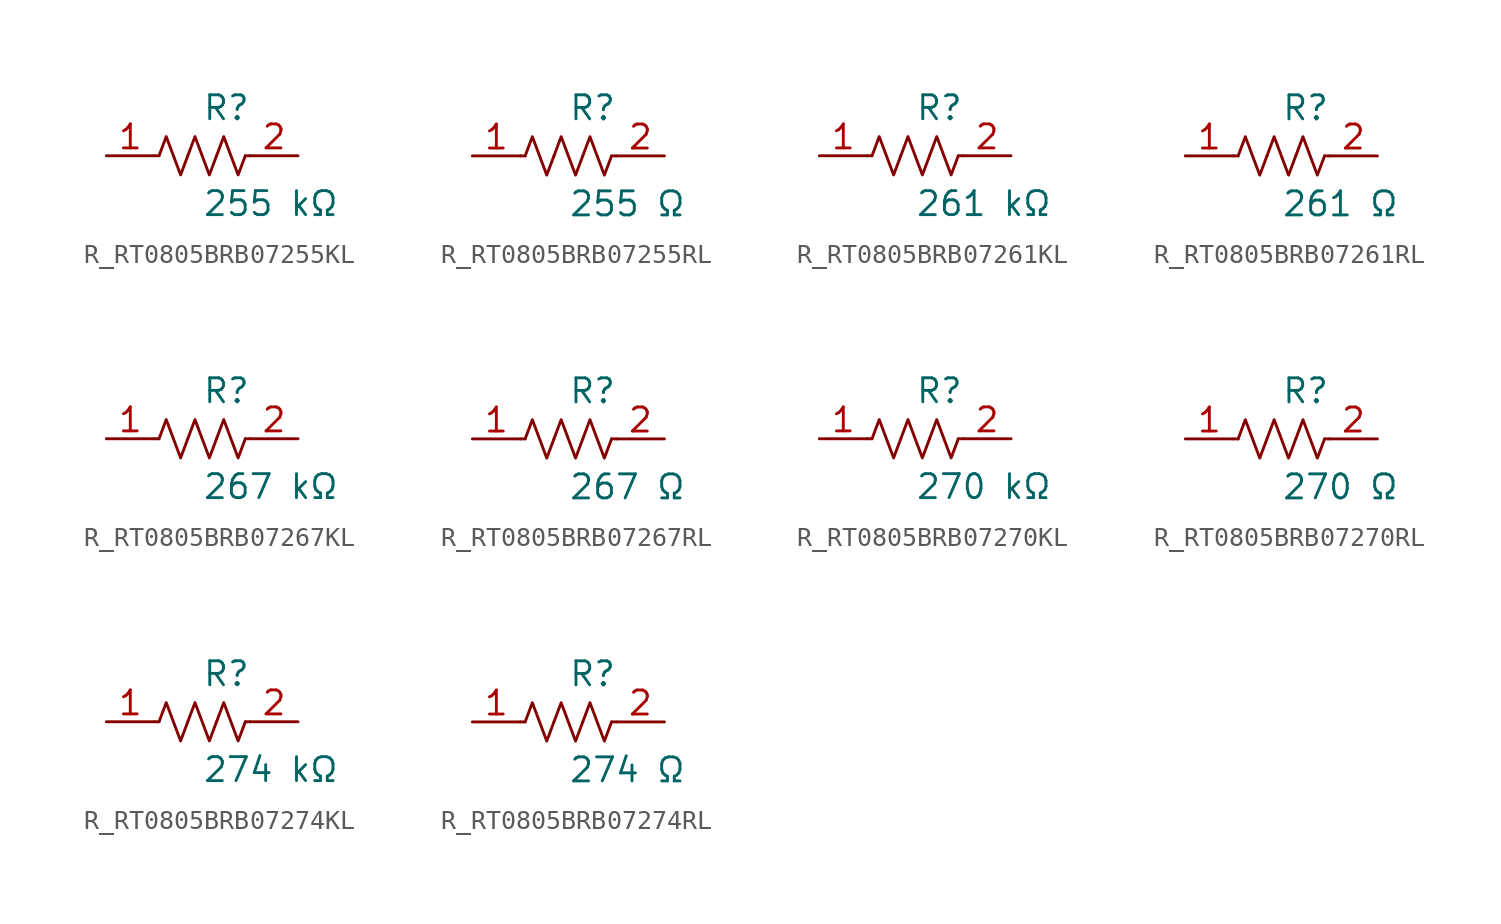
<source format=kicad_sym>
(kicad_symbol_lib
  (version 20231120)
  (generator kicad_symbol_editor)
  (generator_version 8.0)
  (symbol "R_RT0805BRB07255KL"
    (pin_names
      (offset 0.254))
    (property "Reference" "R"
      (at 0 2.54 0)
      (effects (font (size 1.27 1.27)) (justify left)))
    (property "Value" "255 kΩ"
      (at 0 -2.54 0)
      (effects (font (size 1.27 1.27)) (justify left)))
    (symbol "R_RT0805BRB07255KL_0_1"
      (polyline (pts (xy 2.286 0) (xy 2.54 0)) (stroke (width 0) (type default)) (fill (type none)))
      (polyline (pts (xy -2.286 0) (xy -2.54 0)) (stroke (width 0) (type default)) (fill (type none)))
      (polyline (pts (xy 0.762 0) (xy 1.143 1.016) (xy 1.524 0) (xy 1.905 -1.016) (xy 2.286 0)) (stroke (width 0) (type default)) (fill (type none)))
      (polyline (pts (xy -0.762 0) (xy -0.381 1.016) (xy 0 0) (xy 0.381 -1.016) (xy 0.762 0)) (stroke (width 0) (type default)) (fill (type none)))
      (polyline (pts (xy -2.286 0) (xy -1.905 1.016) (xy -1.524 0) (xy -1.143 -1.016) (xy -0.762 0)) (stroke (width 0) (type default)) (fill (type none))))
    (pin unspecified line
      (at -5.08 0 0)
      (length 2.54)
      (name "" (effects (font (size 1.27 1.27))))
      (number "1" (effects (font (size 1.27 1.27)))))
    (pin unspecified line
      (at 5.08 0 180)
      (length 2.54)
      (name "" (effects (font (size 1.27 1.27))))
      (number "2" (effects (font (size 1.27 1.27))))))
  (symbol "R_RT0805BRB07255RL"
    (pin_names
      (offset 0.254))
    (property "Reference" "R"
      (at 0 2.54 0)
      (effects (font (size 1.27 1.27)) (justify left)))
    (property "Value" "255 Ω"
      (at 0 -2.54 0)
      (effects (font (size 1.27 1.27)) (justify left)))
    (symbol "R_RT0805BRB07255RL_0_1"
      (polyline (pts (xy 2.286 0) (xy 2.54 0)) (stroke (width 0) (type default)) (fill (type none)))
      (polyline (pts (xy -2.286 0) (xy -2.54 0)) (stroke (width 0) (type default)) (fill (type none)))
      (polyline (pts (xy 0.762 0) (xy 1.143 1.016) (xy 1.524 0) (xy 1.905 -1.016) (xy 2.286 0)) (stroke (width 0) (type default)) (fill (type none)))
      (polyline (pts (xy -0.762 0) (xy -0.381 1.016) (xy 0 0) (xy 0.381 -1.016) (xy 0.762 0)) (stroke (width 0) (type default)) (fill (type none)))
      (polyline (pts (xy -2.286 0) (xy -1.905 1.016) (xy -1.524 0) (xy -1.143 -1.016) (xy -0.762 0)) (stroke (width 0) (type default)) (fill (type none))))
    (pin unspecified line
      (at -5.08 0 0)
      (length 2.54)
      (name "" (effects (font (size 1.27 1.27))))
      (number "1" (effects (font (size 1.27 1.27)))))
    (pin unspecified line
      (at 5.08 0 180)
      (length 2.54)
      (name "" (effects (font (size 1.27 1.27))))
      (number "2" (effects (font (size 1.27 1.27))))))
  (symbol "R_RT0805BRB07261KL"
    (pin_names
      (offset 0.254))
    (property "Reference" "R"
      (at 0 2.54 0)
      (effects (font (size 1.27 1.27)) (justify left)))
    (property "Value" "261 kΩ"
      (at 0 -2.54 0)
      (effects (font (size 1.27 1.27)) (justify left)))
    (symbol "R_RT0805BRB07261KL_0_1"
      (polyline (pts (xy 2.286 0) (xy 2.54 0)) (stroke (width 0) (type default)) (fill (type none)))
      (polyline (pts (xy -2.286 0) (xy -2.54 0)) (stroke (width 0) (type default)) (fill (type none)))
      (polyline (pts (xy 0.762 0) (xy 1.143 1.016) (xy 1.524 0) (xy 1.905 -1.016) (xy 2.286 0)) (stroke (width 0) (type default)) (fill (type none)))
      (polyline (pts (xy -0.762 0) (xy -0.381 1.016) (xy 0 0) (xy 0.381 -1.016) (xy 0.762 0)) (stroke (width 0) (type default)) (fill (type none)))
      (polyline (pts (xy -2.286 0) (xy -1.905 1.016) (xy -1.524 0) (xy -1.143 -1.016) (xy -0.762 0)) (stroke (width 0) (type default)) (fill (type none))))
    (pin unspecified line
      (at -5.08 0 0)
      (length 2.54)
      (name "" (effects (font (size 1.27 1.27))))
      (number "1" (effects (font (size 1.27 1.27)))))
    (pin unspecified line
      (at 5.08 0 180)
      (length 2.54)
      (name "" (effects (font (size 1.27 1.27))))
      (number "2" (effects (font (size 1.27 1.27))))))
  (symbol "R_RT0805BRB07261RL"
    (pin_names
      (offset 0.254))
    (property "Reference" "R"
      (at 0 2.54 0)
      (effects (font (size 1.27 1.27)) (justify left)))
    (property "Value" "261 Ω"
      (at 0 -2.54 0)
      (effects (font (size 1.27 1.27)) (justify left)))
    (symbol "R_RT0805BRB07261RL_0_1"
      (polyline (pts (xy 2.286 0) (xy 2.54 0)) (stroke (width 0) (type default)) (fill (type none)))
      (polyline (pts (xy -2.286 0) (xy -2.54 0)) (stroke (width 0) (type default)) (fill (type none)))
      (polyline (pts (xy 0.762 0) (xy 1.143 1.016) (xy 1.524 0) (xy 1.905 -1.016) (xy 2.286 0)) (stroke (width 0) (type default)) (fill (type none)))
      (polyline (pts (xy -0.762 0) (xy -0.381 1.016) (xy 0 0) (xy 0.381 -1.016) (xy 0.762 0)) (stroke (width 0) (type default)) (fill (type none)))
      (polyline (pts (xy -2.286 0) (xy -1.905 1.016) (xy -1.524 0) (xy -1.143 -1.016) (xy -0.762 0)) (stroke (width 0) (type default)) (fill (type none))))
    (pin unspecified line
      (at -5.08 0 0)
      (length 2.54)
      (name "" (effects (font (size 1.27 1.27))))
      (number "1" (effects (font (size 1.27 1.27)))))
    (pin unspecified line
      (at 5.08 0 180)
      (length 2.54)
      (name "" (effects (font (size 1.27 1.27))))
      (number "2" (effects (font (size 1.27 1.27))))))
  (symbol "R_RT0805BRB07267KL"
    (pin_names
      (offset 0.254))
    (property "Reference" "R"
      (at 0 2.54 0)
      (effects (font (size 1.27 1.27)) (justify left)))
    (property "Value" "267 kΩ"
      (at 0 -2.54 0)
      (effects (font (size 1.27 1.27)) (justify left)))
    (symbol "R_RT0805BRB07267KL_0_1"
      (polyline (pts (xy 2.286 0) (xy 2.54 0)) (stroke (width 0) (type default)) (fill (type none)))
      (polyline (pts (xy -2.286 0) (xy -2.54 0)) (stroke (width 0) (type default)) (fill (type none)))
      (polyline (pts (xy 0.762 0) (xy 1.143 1.016) (xy 1.524 0) (xy 1.905 -1.016) (xy 2.286 0)) (stroke (width 0) (type default)) (fill (type none)))
      (polyline (pts (xy -0.762 0) (xy -0.381 1.016) (xy 0 0) (xy 0.381 -1.016) (xy 0.762 0)) (stroke (width 0) (type default)) (fill (type none)))
      (polyline (pts (xy -2.286 0) (xy -1.905 1.016) (xy -1.524 0) (xy -1.143 -1.016) (xy -0.762 0)) (stroke (width 0) (type default)) (fill (type none))))
    (pin unspecified line
      (at -5.08 0 0)
      (length 2.54)
      (name "" (effects (font (size 1.27 1.27))))
      (number "1" (effects (font (size 1.27 1.27)))))
    (pin unspecified line
      (at 5.08 0 180)
      (length 2.54)
      (name "" (effects (font (size 1.27 1.27))))
      (number "2" (effects (font (size 1.27 1.27))))))
  (symbol "R_RT0805BRB07267RL"
    (pin_names
      (offset 0.254))
    (property "Reference" "R"
      (at 0 2.54 0)
      (effects (font (size 1.27 1.27)) (justify left)))
    (property "Value" "267 Ω"
      (at 0 -2.54 0)
      (effects (font (size 1.27 1.27)) (justify left)))
    (symbol "R_RT0805BRB07267RL_0_1"
      (polyline (pts (xy 2.286 0) (xy 2.54 0)) (stroke (width 0) (type default)) (fill (type none)))
      (polyline (pts (xy -2.286 0) (xy -2.54 0)) (stroke (width 0) (type default)) (fill (type none)))
      (polyline (pts (xy 0.762 0) (xy 1.143 1.016) (xy 1.524 0) (xy 1.905 -1.016) (xy 2.286 0)) (stroke (width 0) (type default)) (fill (type none)))
      (polyline (pts (xy -0.762 0) (xy -0.381 1.016) (xy 0 0) (xy 0.381 -1.016) (xy 0.762 0)) (stroke (width 0) (type default)) (fill (type none)))
      (polyline (pts (xy -2.286 0) (xy -1.905 1.016) (xy -1.524 0) (xy -1.143 -1.016) (xy -0.762 0)) (stroke (width 0) (type default)) (fill (type none))))
    (pin unspecified line
      (at -5.08 0 0)
      (length 2.54)
      (name "" (effects (font (size 1.27 1.27))))
      (number "1" (effects (font (size 1.27 1.27)))))
    (pin unspecified line
      (at 5.08 0 180)
      (length 2.54)
      (name "" (effects (font (size 1.27 1.27))))
      (number "2" (effects (font (size 1.27 1.27))))))
  (symbol "R_RT0805BRB07270KL"
    (pin_names
      (offset 0.254))
    (property "Reference" "R"
      (at 0 2.54 0)
      (effects (font (size 1.27 1.27)) (justify left)))
    (property "Value" "270 kΩ"
      (at 0 -2.54 0)
      (effects (font (size 1.27 1.27)) (justify left)))
    (symbol "R_RT0805BRB07270KL_0_1"
      (polyline (pts (xy 2.286 0) (xy 2.54 0)) (stroke (width 0) (type default)) (fill (type none)))
      (polyline (pts (xy -2.286 0) (xy -2.54 0)) (stroke (width 0) (type default)) (fill (type none)))
      (polyline (pts (xy 0.762 0) (xy 1.143 1.016) (xy 1.524 0) (xy 1.905 -1.016) (xy 2.286 0)) (stroke (width 0) (type default)) (fill (type none)))
      (polyline (pts (xy -0.762 0) (xy -0.381 1.016) (xy 0 0) (xy 0.381 -1.016) (xy 0.762 0)) (stroke (width 0) (type default)) (fill (type none)))
      (polyline (pts (xy -2.286 0) (xy -1.905 1.016) (xy -1.524 0) (xy -1.143 -1.016) (xy -0.762 0)) (stroke (width 0) (type default)) (fill (type none))))
    (pin unspecified line
      (at -5.08 0 0)
      (length 2.54)
      (name "" (effects (font (size 1.27 1.27))))
      (number "1" (effects (font (size 1.27 1.27)))))
    (pin unspecified line
      (at 5.08 0 180)
      (length 2.54)
      (name "" (effects (font (size 1.27 1.27))))
      (number "2" (effects (font (size 1.27 1.27))))))
  (symbol "R_RT0805BRB07270RL"
    (pin_names
      (offset 0.254))
    (property "Reference" "R"
      (at 0 2.54 0)
      (effects (font (size 1.27 1.27)) (justify left)))
    (property "Value" "270 Ω"
      (at 0 -2.54 0)
      (effects (font (size 1.27 1.27)) (justify left)))
    (symbol "R_RT0805BRB07270RL_0_1"
      (polyline (pts (xy 2.286 0) (xy 2.54 0)) (stroke (width 0) (type default)) (fill (type none)))
      (polyline (pts (xy -2.286 0) (xy -2.54 0)) (stroke (width 0) (type default)) (fill (type none)))
      (polyline (pts (xy 0.762 0) (xy 1.143 1.016) (xy 1.524 0) (xy 1.905 -1.016) (xy 2.286 0)) (stroke (width 0) (type default)) (fill (type none)))
      (polyline (pts (xy -0.762 0) (xy -0.381 1.016) (xy 0 0) (xy 0.381 -1.016) (xy 0.762 0)) (stroke (width 0) (type default)) (fill (type none)))
      (polyline (pts (xy -2.286 0) (xy -1.905 1.016) (xy -1.524 0) (xy -1.143 -1.016) (xy -0.762 0)) (stroke (width 0) (type default)) (fill (type none))))
    (pin unspecified line
      (at -5.08 0 0)
      (length 2.54)
      (name "" (effects (font (size 1.27 1.27))))
      (number "1" (effects (font (size 1.27 1.27)))))
    (pin unspecified line
      (at 5.08 0 180)
      (length 2.54)
      (name "" (effects (font (size 1.27 1.27))))
      (number "2" (effects (font (size 1.27 1.27))))))
  (symbol "R_RT0805BRB07274KL"
    (pin_names
      (offset 0.254))
    (property "Reference" "R"
      (at 0 2.54 0)
      (effects (font (size 1.27 1.27)) (justify left)))
    (property "Value" "274 kΩ"
      (at 0 -2.54 0)
      (effects (font (size 1.27 1.27)) (justify left)))
    (symbol "R_RT0805BRB07274KL_0_1"
      (polyline (pts (xy 2.286 0) (xy 2.54 0)) (stroke (width 0) (type default)) (fill (type none)))
      (polyline (pts (xy -2.286 0) (xy -2.54 0)) (stroke (width 0) (type default)) (fill (type none)))
      (polyline (pts (xy 0.762 0) (xy 1.143 1.016) (xy 1.524 0) (xy 1.905 -1.016) (xy 2.286 0)) (stroke (width 0) (type default)) (fill (type none)))
      (polyline (pts (xy -0.762 0) (xy -0.381 1.016) (xy 0 0) (xy 0.381 -1.016) (xy 0.762 0)) (stroke (width 0) (type default)) (fill (type none)))
      (polyline (pts (xy -2.286 0) (xy -1.905 1.016) (xy -1.524 0) (xy -1.143 -1.016) (xy -0.762 0)) (stroke (width 0) (type default)) (fill (type none))))
    (pin unspecified line
      (at -5.08 0 0)
      (length 2.54)
      (name "" (effects (font (size 1.27 1.27))))
      (number "1" (effects (font (size 1.27 1.27)))))
    (pin unspecified line
      (at 5.08 0 180)
      (length 2.54)
      (name "" (effects (font (size 1.27 1.27))))
      (number "2" (effects (font (size 1.27 1.27))))))
  (symbol "R_RT0805BRB07274RL"
    (pin_names
      (offset 0.254))
    (property "Reference" "R"
      (at 0 2.54 0)
      (effects (font (size 1.27 1.27)) (justify left)))
    (property "Value" "274 Ω"
      (at 0 -2.54 0)
      (effects (font (size 1.27 1.27)) (justify left)))
    (symbol "R_RT0805BRB07274RL_0_1"
      (polyline (pts (xy 2.286 0) (xy 2.54 0)) (stroke (width 0) (type default)) (fill (type none)))
      (polyline (pts (xy -2.286 0) (xy -2.54 0)) (stroke (width 0) (type default)) (fill (type none)))
      (polyline (pts (xy 0.762 0) (xy 1.143 1.016) (xy 1.524 0) (xy 1.905 -1.016) (xy 2.286 0)) (stroke (width 0) (type default)) (fill (type none)))
      (polyline (pts (xy -0.762 0) (xy -0.381 1.016) (xy 0 0) (xy 0.381 -1.016) (xy 0.762 0)) (stroke (width 0) (type default)) (fill (type none)))
      (polyline (pts (xy -2.286 0) (xy -1.905 1.016) (xy -1.524 0) (xy -1.143 -1.016) (xy -0.762 0)) (stroke (width 0) (type default)) (fill (type none))))
    (pin unspecified line
      (at -5.08 0 0)
      (length 2.54)
      (name "" (effects (font (size 1.27 1.27))))
      (number "1" (effects (font (size 1.27 1.27)))))
    (pin unspecified line
      (at 5.08 0 180)
      (length 2.54)
      (name "" (effects (font (size 1.27 1.27))))
      (number "2" (effects (font (size 1.27 1.27)))))))
</source>
